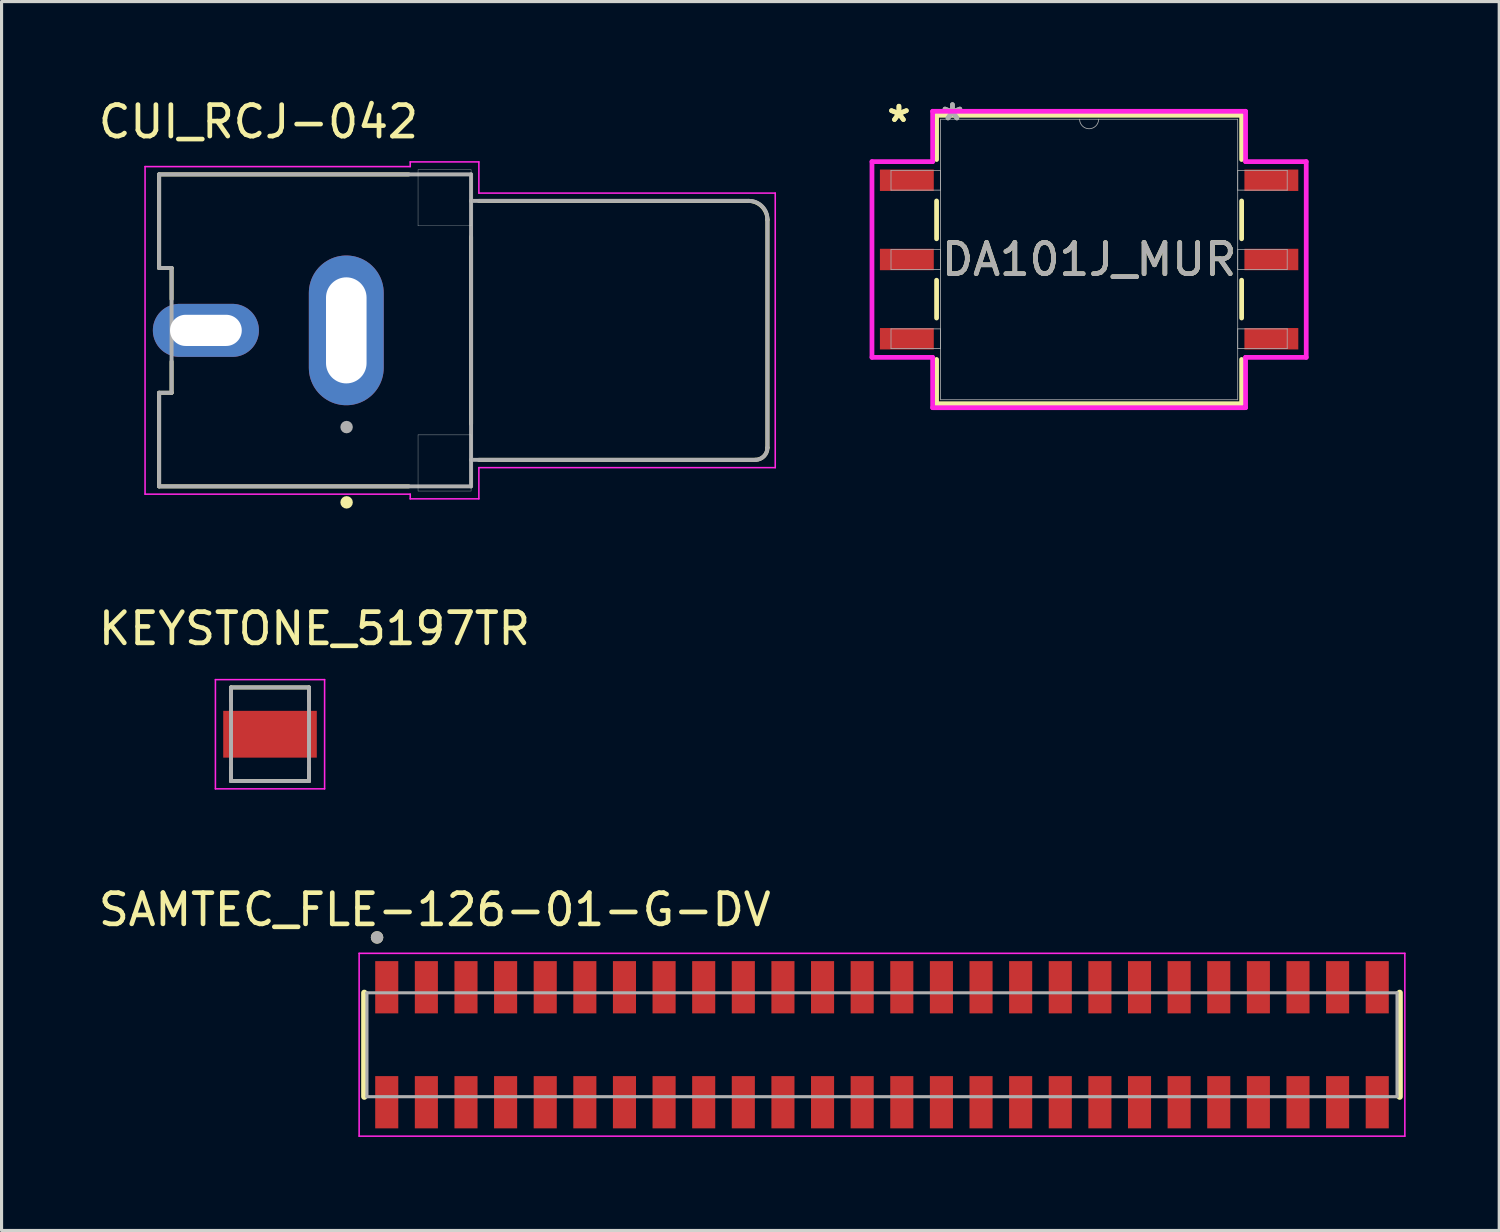
<source format=kicad_pcb>
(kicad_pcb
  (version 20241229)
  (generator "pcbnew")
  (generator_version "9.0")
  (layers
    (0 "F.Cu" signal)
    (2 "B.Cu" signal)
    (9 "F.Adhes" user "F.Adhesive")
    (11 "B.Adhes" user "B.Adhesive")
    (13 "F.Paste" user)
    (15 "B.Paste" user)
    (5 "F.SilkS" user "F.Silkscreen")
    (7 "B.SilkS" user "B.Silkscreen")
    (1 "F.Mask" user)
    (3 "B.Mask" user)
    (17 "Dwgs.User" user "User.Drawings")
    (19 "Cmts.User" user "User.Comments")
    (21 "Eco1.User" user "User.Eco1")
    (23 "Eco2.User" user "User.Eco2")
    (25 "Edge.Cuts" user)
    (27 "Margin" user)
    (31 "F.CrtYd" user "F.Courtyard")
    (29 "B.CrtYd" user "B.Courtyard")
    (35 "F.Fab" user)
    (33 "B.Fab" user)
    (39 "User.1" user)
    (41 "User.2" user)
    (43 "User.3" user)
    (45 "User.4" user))
  (footprint "DA101J_MUR"
    (layer "F.Cu")
    (at 31.861 5.268)
    (property "Reference" "DA101J_MUR" (at 0 0 0) (unlocked yes) (layer "F.SilkS") (effects (font (size 1 1) (thickness 0.15))))
    (attr smd)
    (fp_line (start -4.889 -4.623) (end -4.889 -3.204) (stroke (width 0.152) (type solid)) (layer "F.SilkS"))
    (fp_line (start -4.889 -1.876) (end -4.889 -0.664) (stroke (width 0.152) (type solid)) (layer "F.SilkS"))
    (fp_line (start -4.889 0.664) (end -4.889 1.876) (stroke (width 0.152) (type solid)) (layer "F.SilkS"))
    (fp_line (start -4.889 3.204) (end -4.889 4.623) (stroke (width 0.152) (type solid)) (layer "F.SilkS"))
    (fp_line (start -4.889 4.623) (end 4.889 4.623) (stroke (width 0.152) (type solid)) (layer "F.SilkS"))
    (fp_line (start 4.889 -4.623) (end -4.889 -4.623) (stroke (width 0.152) (type solid)) (layer "F.SilkS"))
    (fp_line (start 4.889 -3.204) (end 4.889 -4.623) (stroke (width 0.152) (type solid)) (layer "F.SilkS"))
    (fp_line (start 4.889 -0.664) (end 4.889 -1.876) (stroke (width 0.152) (type solid)) (layer "F.SilkS"))
    (fp_line (start 4.889 1.876) (end 4.889 0.664) (stroke (width 0.152) (type solid)) (layer "F.SilkS"))
    (fp_line (start 4.889 4.623) (end 4.889 3.204) (stroke (width 0.152) (type solid)) (layer "F.SilkS"))
    (fp_line (start -6.96 -3.137) (end -5.016 -3.137) (stroke (width 0.152) (type solid)) (layer "F.CrtYd"))
    (fp_line (start -6.96 3.137) (end -6.96 -3.137) (stroke (width 0.152) (type solid)) (layer "F.CrtYd"))
    (fp_line (start -6.96 3.137) (end -5.016 3.137) (stroke (width 0.152) (type solid)) (layer "F.CrtYd"))
    (fp_line (start -5.016 -4.75) (end 5.016 -4.75) (stroke (width 0.152) (type solid)) (layer "F.CrtYd"))
    (fp_line (start -5.016 -3.137) (end -5.016 -4.75) (stroke (width 0.152) (type solid)) (layer "F.CrtYd"))
    (fp_line (start -5.016 4.75) (end -5.016 3.137) (stroke (width 0.152) (type solid)) (layer "F.CrtYd"))
    (fp_line (start 5.016 -4.75) (end 5.016 -3.137) (stroke (width 0.152) (type solid)) (layer "F.CrtYd"))
    (fp_line (start 5.016 3.137) (end 5.016 4.75) (stroke (width 0.152) (type solid)) (layer "F.CrtYd"))
    (fp_line (start 5.016 4.75) (end -5.016 4.75) (stroke (width 0.152) (type solid)) (layer "F.CrtYd"))
    (fp_line (start 6.96 -3.137) (end 5.016 -3.137) (stroke (width 0.152) (type solid)) (layer "F.CrtYd"))
    (fp_line (start 6.96 -3.137) (end 6.96 3.137) (stroke (width 0.152) (type solid)) (layer "F.CrtYd"))
    (fp_line (start 6.96 3.137) (end 5.016 3.137) (stroke (width 0.152) (type solid)) (layer "F.CrtYd"))
    (fp_line (start -6.35 -2.857) (end -6.35 -2.223) (stroke (width 0.025) (type solid)) (layer "F.Fab"))
    (fp_line (start -6.35 -2.223) (end -4.763 -2.223) (stroke (width 0.025) (type solid)) (layer "F.Fab"))
    (fp_line (start -6.35 -0.318) (end -6.35 0.318) (stroke (width 0.025) (type solid)) (layer "F.Fab"))
    (fp_line (start -6.35 0.318) (end -4.763 0.318) (stroke (width 0.025) (type solid)) (layer "F.Fab"))
    (fp_line (start -6.35 2.223) (end -6.35 2.857) (stroke (width 0.025) (type solid)) (layer "F.Fab"))
    (fp_line (start -6.35 2.857) (end -4.763 2.857) (stroke (width 0.025) (type solid)) (layer "F.Fab"))
    (fp_line (start -4.763 -4.496) (end -4.763 4.496) (stroke (width 0.025) (type solid)) (layer "F.Fab"))
    (fp_line (start -4.763 -2.857) (end -6.35 -2.857) (stroke (width 0.025) (type solid)) (layer "F.Fab"))
    (fp_line (start -4.763 -2.223) (end -4.763 -2.857) (stroke (width 0.025) (type solid)) (layer "F.Fab"))
    (fp_line (start -4.763 -0.318) (end -6.35 -0.318) (stroke (width 0.025) (type solid)) (layer "F.Fab"))
    (fp_line (start -4.763 0.318) (end -4.763 -0.318) (stroke (width 0.025) (type solid)) (layer "F.Fab"))
    (fp_line (start -4.763 2.223) (end -6.35 2.223) (stroke (width 0.025) (type solid)) (layer "F.Fab"))
    (fp_line (start -4.763 2.857) (end -4.763 2.223) (stroke (width 0.025) (type solid)) (layer "F.Fab"))
    (fp_line (start -4.763 4.496) (end 4.763 4.496) (stroke (width 0.025) (type solid)) (layer "F.Fab"))
    (fp_line (start 4.763 -4.496) (end -4.763 -4.496) (stroke (width 0.025) (type solid)) (layer "F.Fab"))
    (fp_line (start 4.763 -2.857) (end 4.763 -2.223) (stroke (width 0.025) (type solid)) (layer "F.Fab"))
    (fp_line (start 4.763 -2.223) (end 6.35 -2.223) (stroke (width 0.025) (type solid)) (layer "F.Fab"))
    (fp_line (start 4.763 -0.318) (end 4.763 0.318) (stroke (width 0.025) (type solid)) (layer "F.Fab"))
    (fp_line (start 4.763 0.318) (end 6.35 0.318) (stroke (width 0.025) (type solid)) (layer "F.Fab"))
    (fp_line (start 4.763 2.223) (end 4.763 2.857) (stroke (width 0.025) (type solid)) (layer "F.Fab"))
    (fp_line (start 4.763 2.857) (end 6.35 2.857) (stroke (width 0.025) (type solid)) (layer "F.Fab"))
    (fp_line (start 4.763 4.496) (end 4.763 -4.496) (stroke (width 0.025) (type solid)) (layer "F.Fab"))
    (fp_line (start 6.35 -2.857) (end 4.763 -2.857) (stroke (width 0.025) (type solid)) (layer "F.Fab"))
    (fp_line (start 6.35 -2.223) (end 6.35 -2.857) (stroke (width 0.025) (type solid)) (layer "F.Fab"))
    (fp_line (start 6.35 -0.318) (end 4.763 -0.318) (stroke (width 0.025) (type solid)) (layer "F.Fab"))
    (fp_line (start 6.35 0.318) (end 6.35 -0.318) (stroke (width 0.025) (type solid)) (layer "F.Fab"))
    (fp_line (start 6.35 2.223) (end 4.763 2.223) (stroke (width 0.025) (type solid)) (layer "F.Fab"))
    (fp_line (start 6.35 2.857) (end 6.35 2.223) (stroke (width 0.025) (type solid)) (layer "F.Fab"))
    (fp_arc (start 0.3048 -4.4958) (mid 0 -4.191) (end -0.3048 -4.4958) (stroke (width 0.0254) (type solid)) (layer "F.Fab"))
    (fp_text user "*" (at -6.096 -4.369 0) (unlocked yes) (layer "F.SilkS") (effects (font (size 1 1) (thickness 0.15))))
    (fp_text user "*" (at -6.096 -4.369 0) (layer "F.SilkS") (effects (font (size 1 1) (thickness 0.15))))
    (fp_text user "*" (at -4.381 -4.42 0) (layer "F.Fab") (effects (font (size 1 1) (thickness 0.15))))
    (fp_text user "${REFERENCE}" (at 0 0 0) (unlocked yes) (layer "F.Fab") (effects (font (size 1 1) (thickness 0.15))))
    (fp_text user "*" (at -4.381 -4.42 0) (unlocked yes) (layer "F.Fab") (effects (font (size 1 1) (thickness 0.15))))
    (pad "1" smd rect (at -5.842 -2.54) (size 1.727 0.686) (layers "F.Cu" "F.Mask" "F.Paste"))
    (pad "2" smd rect (at -5.842 0) (size 1.727 0.686) (layers "F.Cu" "F.Mask" "F.Paste"))
    (pad "3" smd rect (at -5.842 2.54) (size 1.727 0.686) (layers "F.Cu" "F.Mask" "F.Paste"))
    (pad "4" smd rect (at 5.842 2.54) (size 1.727 0.686) (layers "F.Cu" "F.Mask" "F.Paste"))
    (pad "5" smd rect (at 5.842 0) (size 1.727 0.686) (layers "F.Cu" "F.Mask" "F.Paste"))
    (pad "6" smd rect (at 5.842 -2.54) (size 1.727 0.686) (layers "F.Cu" "F.Mask" "F.Paste")))
  (footprint "SAMTEC_FLE-126-01-G-DV"
    (layer "F.Cu")
    (at 25.222 30.439)
    (property "Reference" "SAMTEC_FLE-126-01-G-DV" (at -14.335 -4.33 0) (layer "F.SilkS") (effects (font (size 1 1) (thickness 0.15))))
    (attr smd)
    (fp_line (start -16.595 1.665) (end -16.595 -1.665) (stroke (width 0.2) (type solid)) (layer "F.SilkS"))
    (fp_line (start 16.595 1.665) (end 16.595 -1.665) (stroke (width 0.2) (type solid)) (layer "F.SilkS"))
    (fp_circle (center -16.185 -3.44) (end -16.085 -3.44) (stroke (width 0.2) (type solid)) (fill no) (layer "F.SilkS"))
    (fp_line (start -16.76 -2.93) (end 16.76 -2.93) (stroke (width 0.05) (type solid)) (layer "F.CrtYd"))
    (fp_line (start -16.76 2.93) (end -16.76 -2.93) (stroke (width 0.05) (type solid)) (layer "F.CrtYd"))
    (fp_line (start 16.76 -2.93) (end 16.76 2.93) (stroke (width 0.05) (type solid)) (layer "F.CrtYd"))
    (fp_line (start 16.76 2.93) (end -16.76 2.93) (stroke (width 0.05) (type solid)) (layer "F.CrtYd"))
    (fp_line (start -16.51 -1.665) (end 16.51 -1.665) (stroke (width 0.1) (type solid)) (layer "F.Fab"))
    (fp_line (start -16.51 1.665) (end -16.51 -1.665) (stroke (width 0.1) (type solid)) (layer "F.Fab"))
    (fp_line (start 16.51 -1.665) (end 16.51 1.665) (stroke (width 0.1) (type solid)) (layer "F.Fab"))
    (fp_line (start 16.51 1.665) (end -16.51 1.665) (stroke (width 0.1) (type solid)) (layer "F.Fab"))
    (fp_circle (center -16.185 -3.44) (end -16.085 -3.44) (stroke (width 0.2) (type solid)) (fill no) (layer "F.Fab"))
    (pad "1" smd rect (at -15.875 -1.843) (size 0.74 1.675) (layers "F.Cu" "F.Mask" "F.Paste"))
    (pad "2" smd rect (at -15.875 1.843) (size 0.74 1.675) (layers "F.Cu" "F.Mask" "F.Paste"))
    (pad "3" smd rect (at -14.605 -1.843) (size 0.74 1.675) (layers "F.Cu" "F.Mask" "F.Paste"))
    (pad "4" smd rect (at -14.605 1.843) (size 0.74 1.675) (layers "F.Cu" "F.Mask" "F.Paste"))
    (pad "5" smd rect (at -13.335 -1.843) (size 0.74 1.675) (layers "F.Cu" "F.Mask" "F.Paste"))
    (pad "6" smd rect (at -13.335 1.843) (size 0.74 1.675) (layers "F.Cu" "F.Mask" "F.Paste"))
    (pad "7" smd rect (at -12.065 -1.843) (size 0.74 1.675) (layers "F.Cu" "F.Mask" "F.Paste"))
    (pad "8" smd rect (at -12.065 1.843) (size 0.74 1.675) (layers "F.Cu" "F.Mask" "F.Paste"))
    (pad "9" smd rect (at -10.795 -1.843) (size 0.74 1.675) (layers "F.Cu" "F.Mask" "F.Paste"))
    (pad "10" smd rect (at -10.795 1.843) (size 0.74 1.675) (layers "F.Cu" "F.Mask" "F.Paste"))
    (pad "11" smd rect (at -9.525 -1.843) (size 0.74 1.675) (layers "F.Cu" "F.Mask" "F.Paste"))
    (pad "12" smd rect (at -9.525 1.843) (size 0.74 1.675) (layers "F.Cu" "F.Mask" "F.Paste"))
    (pad "13" smd rect (at -8.255 -1.843) (size 0.74 1.675) (layers "F.Cu" "F.Mask" "F.Paste"))
    (pad "14" smd rect (at -8.255 1.843) (size 0.74 1.675) (layers "F.Cu" "F.Mask" "F.Paste"))
    (pad "15" smd rect (at -6.985 -1.843) (size 0.74 1.675) (layers "F.Cu" "F.Mask" "F.Paste"))
    (pad "16" smd rect (at -6.985 1.843) (size 0.74 1.675) (layers "F.Cu" "F.Mask" "F.Paste"))
    (pad "17" smd rect (at -5.715 -1.843) (size 0.74 1.675) (layers "F.Cu" "F.Mask" "F.Paste"))
    (pad "18" smd rect (at -5.715 1.843) (size 0.74 1.675) (layers "F.Cu" "F.Mask" "F.Paste"))
    (pad "19" smd rect (at -4.445 -1.843) (size 0.74 1.675) (layers "F.Cu" "F.Mask" "F.Paste"))
    (pad "20" smd rect (at -4.445 1.843) (size 0.74 1.675) (layers "F.Cu" "F.Mask" "F.Paste"))
    (pad "21" smd rect (at -3.175 -1.843) (size 0.74 1.675) (layers "F.Cu" "F.Mask" "F.Paste"))
    (pad "22" smd rect (at -3.175 1.843) (size 0.74 1.675) (layers "F.Cu" "F.Mask" "F.Paste"))
    (pad "23" smd rect (at -1.905 -1.843) (size 0.74 1.675) (layers "F.Cu" "F.Mask" "F.Paste"))
    (pad "24" smd rect (at -1.905 1.843) (size 0.74 1.675) (layers "F.Cu" "F.Mask" "F.Paste"))
    (pad "25" smd rect (at -0.635 -1.843) (size 0.74 1.675) (layers "F.Cu" "F.Mask" "F.Paste"))
    (pad "26" smd rect (at -0.635 1.843) (size 0.74 1.675) (layers "F.Cu" "F.Mask" "F.Paste"))
    (pad "27" smd rect (at 0.635 -1.843) (size 0.74 1.675) (layers "F.Cu" "F.Mask" "F.Paste"))
    (pad "28" smd rect (at 0.635 1.843) (size 0.74 1.675) (layers "F.Cu" "F.Mask" "F.Paste"))
    (pad "29" smd rect (at 1.905 -1.843) (size 0.74 1.675) (layers "F.Cu" "F.Mask" "F.Paste"))
    (pad "30" smd rect (at 1.905 1.843) (size 0.74 1.675) (layers "F.Cu" "F.Mask" "F.Paste"))
    (pad "31" smd rect (at 3.175 -1.843) (size 0.74 1.675) (layers "F.Cu" "F.Mask" "F.Paste"))
    (pad "32" smd rect (at 3.175 1.843) (size 0.74 1.675) (layers "F.Cu" "F.Mask" "F.Paste"))
    (pad "33" smd rect (at 4.445 -1.843) (size 0.74 1.675) (layers "F.Cu" "F.Mask" "F.Paste"))
    (pad "34" smd rect (at 4.445 1.843) (size 0.74 1.675) (layers "F.Cu" "F.Mask" "F.Paste"))
    (pad "35" smd rect (at 5.715 -1.843) (size 0.74 1.675) (layers "F.Cu" "F.Mask" "F.Paste"))
    (pad "36" smd rect (at 5.715 1.843) (size 0.74 1.675) (layers "F.Cu" "F.Mask" "F.Paste"))
    (pad "37" smd rect (at 6.985 -1.843) (size 0.74 1.675) (layers "F.Cu" "F.Mask" "F.Paste"))
    (pad "38" smd rect (at 6.985 1.843) (size 0.74 1.675) (layers "F.Cu" "F.Mask" "F.Paste"))
    (pad "39" smd rect (at 8.255 -1.843) (size 0.74 1.675) (layers "F.Cu" "F.Mask" "F.Paste"))
    (pad "40" smd rect (at 8.255 1.843) (size 0.74 1.675) (layers "F.Cu" "F.Mask" "F.Paste"))
    (pad "41" smd rect (at 9.525 -1.843) (size 0.74 1.675) (layers "F.Cu" "F.Mask" "F.Paste"))
    (pad "42" smd rect (at 9.525 1.843) (size 0.74 1.675) (layers "F.Cu" "F.Mask" "F.Paste"))
    (pad "43" smd rect (at 10.795 -1.843) (size 0.74 1.675) (layers "F.Cu" "F.Mask" "F.Paste"))
    (pad "44" smd rect (at 10.795 1.843) (size 0.74 1.675) (layers "F.Cu" "F.Mask" "F.Paste"))
    (pad "45" smd rect (at 12.065 -1.843) (size 0.74 1.675) (layers "F.Cu" "F.Mask" "F.Paste"))
    (pad "46" smd rect (at 12.065 1.843) (size 0.74 1.675) (layers "F.Cu" "F.Mask" "F.Paste"))
    (pad "47" smd rect (at 13.335 -1.843) (size 0.74 1.675) (layers "F.Cu" "F.Mask" "F.Paste"))
    (pad "48" smd rect (at 13.335 1.843) (size 0.74 1.675) (layers "F.Cu" "F.Mask" "F.Paste"))
    (pad "49" smd rect (at 14.605 -1.843) (size 0.74 1.675) (layers "F.Cu" "F.Mask" "F.Paste"))
    (pad "50" smd rect (at 14.605 1.843) (size 0.74 1.675) (layers "F.Cu" "F.Mask" "F.Paste"))
    (pad "51" smd rect (at 15.875 -1.843) (size 0.74 1.675) (layers "F.Cu" "F.Mask" "F.Paste"))
    (pad "52" smd rect (at 15.875 1.843) (size 0.74 1.675) (layers "F.Cu" "F.Mask" "F.Paste")))
  (footprint "CUI_RCJ-042"
    (layer "F.Cu")
    (at 12.05 7.54)
    (property "Reference" "CUI_RCJ-042" (at -6.815 -6.687 0) (layer "F.SilkS") (effects (font (size 1.008 1.008) (thickness 0.15))))
    (attr through_hole)
    (fp_line (start -10 -5) (end -2 -5) (stroke (width 0.127) (type solid)) (layer "F.SilkS"))
    (fp_line (start -10 -2) (end -10 -5) (stroke (width 0.127) (type solid)) (layer "F.SilkS"))
    (fp_line (start -10 2) (end -9.6 2) (stroke (width 0.127) (type solid)) (layer "F.SilkS"))
    (fp_line (start -10 5) (end -10 2) (stroke (width 0.127) (type solid)) (layer "F.SilkS"))
    (fp_line (start -10 5) (end -2 5) (stroke (width 0.127) (type solid)) (layer "F.SilkS"))
    (fp_line (start -9.6 -2) (end -10 -2) (stroke (width 0.127) (type solid)) (layer "F.SilkS"))
    (fp_line (start -9.6 -1) (end -9.6 -2) (stroke (width 0.127) (type solid)) (layer "F.SilkS"))
    (fp_line (start -9.6 2) (end -9.6 1) (stroke (width 0.127) (type solid)) (layer "F.SilkS"))
    (fp_line (start 0 3) (end 0 -3) (stroke (width 0.127) (type solid)) (layer "F.SilkS"))
    (fp_line (start 0.25 -4.15) (end 8.89 -4.15) (stroke (width 0.127) (type solid)) (layer "F.SilkS"))
    (fp_line (start 9.11 4.15) (end 0.25 4.15) (stroke (width 0.127) (type solid)) (layer "F.SilkS"))
    (fp_line (start 9.5 -3.54) (end 9.5 3.76) (stroke (width 0.127) (type solid)) (layer "F.SilkS"))
    (fp_arc (start 8.89 -4.15) (mid 9.321335 -3.971335) (end 9.5 -3.54) (stroke (width 0.127) (type solid)) (layer "F.SilkS"))
    (fp_arc (start 9.5 3.76) (mid 9.385772 4.035772) (end 9.11 4.15) (stroke (width 0.127) (type solid)) (layer "F.SilkS"))
    (fp_circle (center -3.99 5.513) (end -3.89 5.513) (stroke (width 0.2) (type solid)) (fill no) (layer "F.SilkS"))
    (fp_line (start -1.7 -5.15) (end -1.7 -3.35) (stroke (width 0.01) (type solid)) (layer "Edge.Cuts"))
    (fp_line (start -1.7 -3.35) (end 0 -3.35) (stroke (width 0.01) (type solid)) (layer "Edge.Cuts"))
    (fp_line (start -1.7 3.35) (end -1.7 5.15) (stroke (width 0.01) (type solid)) (layer "Edge.Cuts"))
    (fp_line (start -1.7 5.15) (end 0 5.15) (stroke (width 0.01) (type solid)) (layer "Edge.Cuts"))
    (fp_line (start 0 -5.15) (end -1.7 -5.15) (stroke (width 0.01) (type solid)) (layer "Edge.Cuts"))
    (fp_line (start 0 -3.35) (end 0 -5.15) (stroke (width 0.01) (type solid)) (layer "Edge.Cuts"))
    (fp_line (start 0 3.35) (end -1.7 3.35) (stroke (width 0.01) (type solid)) (layer "Edge.Cuts"))
    (fp_line (start 0 5.15) (end 0 3.35) (stroke (width 0.01) (type solid)) (layer "Edge.Cuts"))
    (fp_line (start -10.45 -5.25) (end -10.45 5.25) (stroke (width 0.05) (type solid)) (layer "F.CrtYd"))
    (fp_line (start -10.45 5.25) (end -1.95 5.25) (stroke (width 0.05) (type solid)) (layer "F.CrtYd"))
    (fp_line (start -1.95 -5.4) (end -1.95 -5.25) (stroke (width 0.05) (type solid)) (layer "F.CrtYd"))
    (fp_line (start -1.95 -5.25) (end -10.45 -5.25) (stroke (width 0.05) (type solid)) (layer "F.CrtYd"))
    (fp_line (start -1.95 5.25) (end -1.95 5.4) (stroke (width 0.05) (type solid)) (layer "F.CrtYd"))
    (fp_line (start -1.95 5.4) (end 0.25 5.4) (stroke (width 0.05) (type solid)) (layer "F.CrtYd"))
    (fp_line (start 0.25 -5.4) (end -1.95 -5.4) (stroke (width 0.05) (type solid)) (layer "F.CrtYd"))
    (fp_line (start 0.25 -4.4) (end 0.25 -5.4) (stroke (width 0.05) (type solid)) (layer "F.CrtYd"))
    (fp_line (start 0.25 4.4) (end 9.75 4.4) (stroke (width 0.05) (type solid)) (layer "F.CrtYd"))
    (fp_line (start 0.25 5.4) (end 0.25 4.4) (stroke (width 0.05) (type solid)) (layer "F.CrtYd"))
    (fp_line (start 9.75 -4.4) (end 0.25 -4.4) (stroke (width 0.05) (type solid)) (layer "F.CrtYd"))
    (fp_line (start 9.75 4.4) (end 9.75 -4.4) (stroke (width 0.05) (type solid)) (layer "F.CrtYd"))
    (fp_line (start -10 -5) (end 0 -5) (stroke (width 0.127) (type solid)) (layer "F.Fab"))
    (fp_line (start -10 -2) (end -10 -5) (stroke (width 0.127) (type solid)) (layer "F.Fab"))
    (fp_line (start -10 2) (end -9.6 2) (stroke (width 0.127) (type solid)) (layer "F.Fab"))
    (fp_line (start -10 5) (end -10 2) (stroke (width 0.127) (type solid)) (layer "F.Fab"))
    (fp_line (start -9.6 -2) (end -10 -2) (stroke (width 0.127) (type solid)) (layer "F.Fab"))
    (fp_line (start -9.6 2) (end -9.6 -2) (stroke (width 0.127) (type solid)) (layer "F.Fab"))
    (fp_line (start 0 -5) (end 0 -4.15) (stroke (width 0.127) (type solid)) (layer "F.Fab"))
    (fp_line (start 0 -4.15) (end 0 4.15) (stroke (width 0.127) (type solid)) (layer "F.Fab"))
    (fp_line (start 0 -4.15) (end 8.91 -4.15) (stroke (width 0.127) (type solid)) (layer "F.Fab"))
    (fp_line (start 0 4.15) (end 0 5) (stroke (width 0.127) (type solid)) (layer "F.Fab"))
    (fp_line (start 0 5) (end -10 5) (stroke (width 0.127) (type solid)) (layer "F.Fab"))
    (fp_line (start 9.11 4.15) (end 0 4.15) (stroke (width 0.127) (type solid)) (layer "F.Fab"))
    (fp_line (start 9.5 -3.56) (end 9.5 3.76) (stroke (width 0.127) (type solid)) (layer "F.Fab"))
    (fp_arc (start 8.91 -4.15) (mid 9.327193 -3.977193) (end 9.5 -3.56) (stroke (width 0.127) (type solid)) (layer "F.Fab"))
    (fp_arc (start 9.5 3.76) (mid 9.385772 4.035772) (end 9.11 4.15) (stroke (width 0.127) (type solid)) (layer "F.Fab"))
    (fp_circle (center -3.99 3.1) (end -3.89 3.1) (stroke (width 0.2) (type solid)) (fill no) (layer "F.Fab"))
    (pad "1" thru_hole oval (at -4 0) (size 2.4 4.8) (drill oval 1.3 3.4) (layers "*.Cu" "*.Mask"))
    (pad "2" thru_hole oval (at -8.5 0) (size 3.4 1.7) (drill oval 2.3 1) (layers "*.Cu" "*.Mask")))
  (footprint "KEYSTONE_5197TR"
    (layer "F.Cu")
    (at 5.605 20.486)
    (property "Reference" "KEYSTONE_5197TR" (at 1.425 -3.385 0) (layer "F.SilkS") (effects (font (size 1 1) (thickness 0.15))))
    (attr smd)
    (fp_line (start -1.25 -1.5) (end -1.25 -1.07) (stroke (width 0.127) (type solid)) (layer "F.SilkS"))
    (fp_line (start -1.25 1.5) (end -1.25 1.07) (stroke (width 0.127) (type solid)) (layer "F.SilkS"))
    (fp_line (start -1.25 1.5) (end 1.25 1.5) (stroke (width 0.127) (type solid)) (layer "F.SilkS"))
    (fp_line (start 1.25 -1.5) (end -1.25 -1.5) (stroke (width 0.127) (type solid)) (layer "F.SilkS"))
    (fp_line (start 1.25 -1.07) (end 1.25 -1.5) (stroke (width 0.127) (type solid)) (layer "F.SilkS"))
    (fp_line (start 1.25 1.5) (end 1.25 1.07) (stroke (width 0.127) (type solid)) (layer "F.SilkS"))
    (fp_line (start -1.75 -1.75) (end -1.75 1.75) (stroke (width 0.05) (type solid)) (layer "F.CrtYd"))
    (fp_line (start -1.75 1.75) (end 1.75 1.75) (stroke (width 0.05) (type solid)) (layer "F.CrtYd"))
    (fp_line (start 1.75 -1.75) (end -1.75 -1.75) (stroke (width 0.05) (type solid)) (layer "F.CrtYd"))
    (fp_line (start 1.75 1.75) (end 1.75 -1.75) (stroke (width 0.05) (type solid)) (layer "F.CrtYd"))
    (fp_line (start -1.25 -1.5) (end -1.25 1.5) (stroke (width 0.127) (type solid)) (layer "F.Fab"))
    (fp_line (start -1.25 1.5) (end 1.25 1.5) (stroke (width 0.127) (type solid)) (layer "F.Fab"))
    (fp_line (start 1.25 -1.5) (end -1.25 -1.5) (stroke (width 0.127) (type solid)) (layer "F.Fab"))
    (fp_line (start 1.25 1.5) (end 1.25 -1.5) (stroke (width 0.127) (type solid)) (layer "F.Fab"))
    (pad "1" smd rect (at 0 0) (size 3 1.5) (layers "F.Cu" "F.Mask" "F.Paste")))
  (gr_rect
    (start -3 -3)
    (end 45.007 36.394)
    (stroke (width 0.1) (type default))
    (fill no)
    (layer "Edge.Cuts")))
</source>
